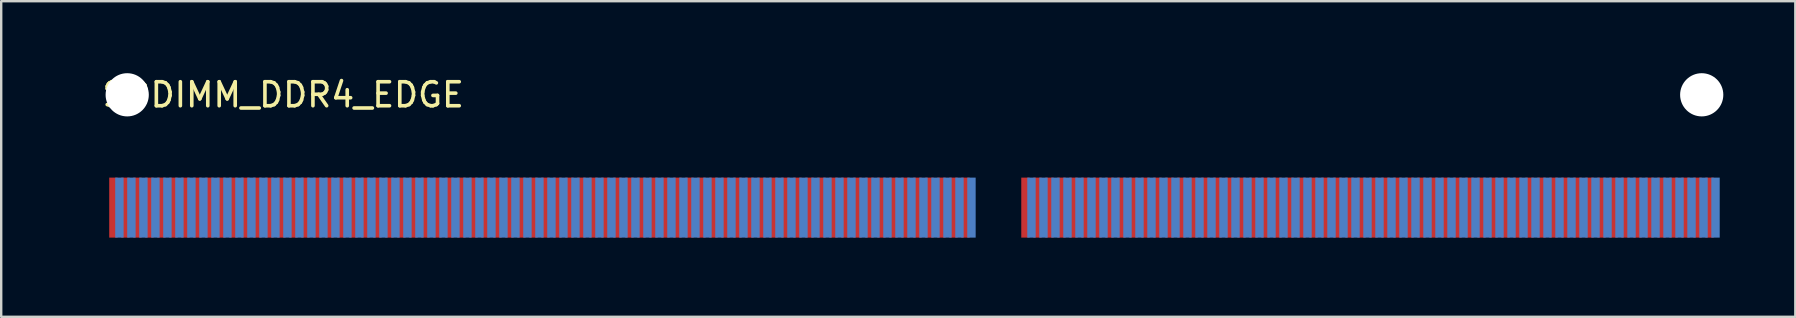
<source format=kicad_pcb>
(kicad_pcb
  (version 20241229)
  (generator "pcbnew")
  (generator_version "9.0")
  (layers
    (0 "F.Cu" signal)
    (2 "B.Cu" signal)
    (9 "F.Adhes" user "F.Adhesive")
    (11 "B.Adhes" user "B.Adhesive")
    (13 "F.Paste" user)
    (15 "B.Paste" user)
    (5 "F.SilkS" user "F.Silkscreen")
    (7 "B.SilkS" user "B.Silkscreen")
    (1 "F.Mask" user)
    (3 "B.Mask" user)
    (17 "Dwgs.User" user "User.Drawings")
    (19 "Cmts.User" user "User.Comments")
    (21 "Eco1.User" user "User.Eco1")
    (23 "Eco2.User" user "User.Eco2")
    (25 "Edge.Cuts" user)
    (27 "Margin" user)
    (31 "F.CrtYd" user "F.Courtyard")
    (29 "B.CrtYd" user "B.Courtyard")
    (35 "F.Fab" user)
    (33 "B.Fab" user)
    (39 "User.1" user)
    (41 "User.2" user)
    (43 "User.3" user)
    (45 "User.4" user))
  (footprint "SODIMM_DDR4_EDGE"
    (layer "F.Cu")
    (at 0.25 6.9)
    (property "Reference" "SODIMM_DDR4_EDGE" (at 8.5 -6 0) (layer "F.SilkS") (effects (font (size 1 1) (thickness 0.15))))
    (attr through_hole)
    (pad "" np_thru_hole circle (at 2 -6) (size 1.8 1.8) (drill 1.8) (layers "*.Cu" "*.Mask"))
    (pad "" np_thru_hole circle (at 67.6 -6) (size 1.8 1.8) (drill 1.8) (layers "*.Cu" "*.Mask"))
    (pad "1" smd rect (at 1.425 -1.3) (size 0.35 2.5) (layers "F.Cu" "F.Mask"))
    (pad "2" smd rect (at 1.675 -1.3) (size 0.35 2.5) (layers "B.Cu" "B.Mask"))
    (pad "3" smd rect (at 1.925 -1.3) (size 0.35 2.5) (layers "F.Cu" "F.Mask"))
    (pad "4" smd rect (at 2.175 -1.3) (size 0.35 2.5) (layers "B.Cu" "B.Mask"))
    (pad "5" smd rect (at 2.425 -1.3) (size 0.35 2.5) (layers "F.Cu" "F.Mask"))
    (pad "6" smd rect (at 2.675 -1.3) (size 0.35 2.5) (layers "B.Cu" "B.Mask"))
    (pad "7" smd rect (at 2.925 -1.3) (size 0.35 2.5) (layers "F.Cu" "F.Mask"))
    (pad "8" smd rect (at 3.175 -1.3) (size 0.35 2.5) (layers "B.Cu" "B.Mask"))
    (pad "9" smd rect (at 3.425 -1.3) (size 0.35 2.5) (layers "F.Cu" "F.Mask"))
    (pad "10" smd rect (at 3.675 -1.3) (size 0.35 2.5) (layers "B.Cu" "B.Mask"))
    (pad "11" smd rect (at 3.925 -1.3) (size 0.35 2.5) (layers "F.Cu" "F.Mask"))
    (pad "12" smd rect (at 4.175 -1.3) (size 0.35 2.5) (layers "B.Cu" "B.Mask"))
    (pad "13" smd rect (at 4.425 -1.3) (size 0.35 2.5) (layers "F.Cu" "F.Mask"))
    (pad "14" smd rect (at 4.675 -1.3) (size 0.35 2.5) (layers "B.Cu" "B.Mask"))
    (pad "15" smd rect (at 4.925 -1.3) (size 0.35 2.5) (layers "F.Cu" "F.Mask"))
    (pad "16" smd rect (at 5.175 -1.3) (size 0.35 2.5) (layers "B.Cu" "B.Mask"))
    (pad "17" smd rect (at 5.425 -1.3) (size 0.35 2.5) (layers "F.Cu" "F.Mask"))
    (pad "18" smd rect (at 5.675 -1.3) (size 0.35 2.5) (layers "B.Cu" "B.Mask"))
    (pad "19" smd rect (at 5.925 -1.3) (size 0.35 2.5) (layers "F.Cu" "F.Mask"))
    (pad "20" smd rect (at 6.175 -1.3) (size 0.35 2.5) (layers "B.Cu" "B.Mask"))
    (pad "21" smd rect (at 6.425 -1.3) (size 0.35 2.5) (layers "F.Cu" "F.Mask"))
    (pad "22" smd rect (at 6.675 -1.3) (size 0.35 2.5) (layers "B.Cu" "B.Mask"))
    (pad "23" smd rect (at 6.925 -1.3) (size 0.35 2.5) (layers "F.Cu" "F.Mask"))
    (pad "24" smd rect (at 7.175 -1.3) (size 0.35 2.5) (layers "B.Cu" "B.Mask"))
    (pad "25" smd rect (at 7.425 -1.3) (size 0.35 2.5) (layers "F.Cu" "F.Mask"))
    (pad "26" smd rect (at 7.675 -1.3) (size 0.35 2.5) (layers "B.Cu" "B.Mask"))
    (pad "27" smd rect (at 7.925 -1.3) (size 0.35 2.5) (layers "F.Cu" "F.Mask"))
    (pad "28" smd rect (at 8.175 -1.3) (size 0.35 2.5) (layers "B.Cu" "B.Mask"))
    (pad "29" smd rect (at 8.425 -1.3) (size 0.35 2.5) (layers "F.Cu" "F.Mask"))
    (pad "30" smd rect (at 8.675 -1.3) (size 0.35 2.5) (layers "B.Cu" "B.Mask"))
    (pad "31" smd rect (at 8.925 -1.3) (size 0.35 2.5) (layers "F.Cu" "F.Mask"))
    (pad "32" smd rect (at 9.175 -1.3) (size 0.35 2.5) (layers "B.Cu" "B.Mask"))
    (pad "33" smd rect (at 9.425 -1.3) (size 0.35 2.5) (layers "F.Cu" "F.Mask"))
    (pad "34" smd rect (at 9.675 -1.3) (size 0.35 2.5) (layers "B.Cu" "B.Mask"))
    (pad "35" smd rect (at 9.925 -1.3) (size 0.35 2.5) (layers "F.Cu" "F.Mask"))
    (pad "36" smd rect (at 10.175 -1.3) (size 0.35 2.5) (layers "B.Cu" "B.Mask"))
    (pad "37" smd rect (at 10.425 -1.3) (size 0.35 2.5) (layers "F.Cu" "F.Mask"))
    (pad "38" smd rect (at 10.675 -1.3) (size 0.35 2.5) (layers "B.Cu" "B.Mask"))
    (pad "39" smd rect (at 10.925 -1.3) (size 0.35 2.5) (layers "F.Cu" "F.Mask"))
    (pad "40" smd rect (at 11.175 -1.3) (size 0.35 2.5) (layers "B.Cu" "B.Mask"))
    (pad "41" smd rect (at 11.425 -1.3) (size 0.35 2.5) (layers "F.Cu" "F.Mask"))
    (pad "42" smd rect (at 11.675 -1.3) (size 0.35 2.5) (layers "B.Cu" "B.Mask"))
    (pad "43" smd rect (at 11.925 -1.3) (size 0.35 2.5) (layers "F.Cu" "F.Mask"))
    (pad "44" smd rect (at 12.175 -1.3) (size 0.35 2.5) (layers "B.Cu" "B.Mask"))
    (pad "45" smd rect (at 12.425 -1.3) (size 0.35 2.5) (layers "F.Cu" "F.Mask"))
    (pad "46" smd rect (at 12.675 -1.3) (size 0.35 2.5) (layers "B.Cu" "B.Mask"))
    (pad "47" smd rect (at 12.925 -1.3) (size 0.35 2.5) (layers "F.Cu" "F.Mask"))
    (pad "48" smd rect (at 13.175 -1.3) (size 0.35 2.5) (layers "B.Cu" "B.Mask"))
    (pad "49" smd rect (at 13.425 -1.3) (size 0.35 2.5) (layers "F.Cu" "F.Mask"))
    (pad "50" smd rect (at 13.675 -1.3) (size 0.35 2.5) (layers "B.Cu" "B.Mask"))
    (pad "51" smd rect (at 13.925 -1.3) (size 0.35 2.5) (layers "F.Cu" "F.Mask"))
    (pad "52" smd rect (at 14.175 -1.3) (size 0.35 2.5) (layers "B.Cu" "B.Mask"))
    (pad "53" smd rect (at 14.425 -1.3) (size 0.35 2.5) (layers "F.Cu" "F.Mask"))
    (pad "54" smd rect (at 14.675 -1.3) (size 0.35 2.5) (layers "B.Cu" "B.Mask"))
    (pad "55" smd rect (at 14.925 -1.3) (size 0.35 2.5) (layers "F.Cu" "F.Mask"))
    (pad "56" smd rect (at 15.175 -1.3) (size 0.35 2.5) (layers "B.Cu" "B.Mask"))
    (pad "57" smd rect (at 15.425 -1.3) (size 0.35 2.5) (layers "F.Cu" "F.Mask"))
    (pad "58" smd rect (at 15.675 -1.3) (size 0.35 2.5) (layers "B.Cu" "B.Mask"))
    (pad "59" smd rect (at 15.925 -1.3) (size 0.35 2.5) (layers "F.Cu" "F.Mask"))
    (pad "60" smd rect (at 16.175 -1.3) (size 0.35 2.5) (layers "B.Cu" "B.Mask"))
    (pad "61" smd rect (at 16.425 -1.3) (size 0.35 2.5) (layers "F.Cu" "F.Mask"))
    (pad "62" smd rect (at 16.675 -1.3) (size 0.35 2.5) (layers "B.Cu" "B.Mask"))
    (pad "63" smd rect (at 16.925 -1.3) (size 0.35 2.5) (layers "F.Cu" "F.Mask"))
    (pad "64" smd rect (at 17.175 -1.3) (size 0.35 2.5) (layers "B.Cu" "B.Mask"))
    (pad "65" smd rect (at 17.425 -1.3) (size 0.35 2.5) (layers "F.Cu" "F.Mask"))
    (pad "66" smd rect (at 17.675 -1.3) (size 0.35 2.5) (layers "B.Cu" "B.Mask"))
    (pad "67" smd rect (at 17.925 -1.3) (size 0.35 2.5) (layers "F.Cu" "F.Mask"))
    (pad "68" smd rect (at 18.175 -1.3) (size 0.35 2.5) (layers "B.Cu" "B.Mask"))
    (pad "69" smd rect (at 18.425 -1.3) (size 0.35 2.5) (layers "F.Cu" "F.Mask"))
    (pad "70" smd rect (at 18.675 -1.3) (size 0.35 2.5) (layers "B.Cu" "B.Mask"))
    (pad "71" smd rect (at 18.925 -1.3) (size 0.35 2.5) (layers "F.Cu" "F.Mask"))
    (pad "72" smd rect (at 19.175 -1.3) (size 0.35 2.5) (layers "B.Cu" "B.Mask"))
    (pad "73" smd rect (at 19.425 -1.3) (size 0.35 2.5) (layers "F.Cu" "F.Mask"))
    (pad "74" smd rect (at 19.675 -1.3) (size 0.35 2.5) (layers "B.Cu" "B.Mask"))
    (pad "75" smd rect (at 19.925 -1.3) (size 0.35 2.5) (layers "F.Cu" "F.Mask"))
    (pad "76" smd rect (at 20.175 -1.3) (size 0.35 2.5) (layers "B.Cu" "B.Mask"))
    (pad "77" smd rect (at 20.425 -1.3) (size 0.35 2.5) (layers "F.Cu" "F.Mask"))
    (pad "78" smd rect (at 20.675 -1.3) (size 0.35 2.5) (layers "B.Cu" "B.Mask"))
    (pad "79" smd rect (at 20.925 -1.3) (size 0.35 2.5) (layers "F.Cu" "F.Mask"))
    (pad "80" smd rect (at 21.175 -1.3) (size 0.35 2.5) (layers "B.Cu" "B.Mask"))
    (pad "81" smd rect (at 21.425 -1.3) (size 0.35 2.5) (layers "F.Cu" "F.Mask"))
    (pad "82" smd rect (at 21.675 -1.3) (size 0.35 2.5) (layers "B.Cu" "B.Mask"))
    (pad "83" smd rect (at 21.925 -1.3) (size 0.35 2.5) (layers "F.Cu" "F.Mask"))
    (pad "84" smd rect (at 22.175 -1.3) (size 0.35 2.5) (layers "B.Cu" "B.Mask"))
    (pad "85" smd rect (at 22.425 -1.3) (size 0.35 2.5) (layers "F.Cu" "F.Mask"))
    (pad "86" smd rect (at 22.675 -1.3) (size 0.35 2.5) (layers "B.Cu" "B.Mask"))
    (pad "87" smd rect (at 22.925 -1.3) (size 0.35 2.5) (layers "F.Cu" "F.Mask"))
    (pad "88" smd rect (at 23.175 -1.3) (size 0.35 2.5) (layers "B.Cu" "B.Mask"))
    (pad "89" smd rect (at 23.425 -1.3) (size 0.35 2.5) (layers "F.Cu" "F.Mask"))
    (pad "90" smd rect (at 23.675 -1.3) (size 0.35 2.5) (layers "B.Cu" "B.Mask"))
    (pad "91" smd rect (at 23.925 -1.3) (size 0.35 2.5) (layers "F.Cu" "F.Mask"))
    (pad "92" smd rect (at 24.175 -1.3) (size 0.35 2.5) (layers "B.Cu" "B.Mask"))
    (pad "93" smd rect (at 24.425 -1.3) (size 0.35 2.5) (layers "F.Cu" "F.Mask"))
    (pad "94" smd rect (at 24.675 -1.3) (size 0.35 2.5) (layers "B.Cu" "B.Mask"))
    (pad "95" smd rect (at 24.925 -1.3) (size 0.35 2.5) (layers "F.Cu" "F.Mask"))
    (pad "96" smd rect (at 25.175 -1.3) (size 0.35 2.5) (layers "B.Cu" "B.Mask"))
    (pad "97" smd rect (at 25.425 -1.3) (size 0.35 2.5) (layers "F.Cu" "F.Mask"))
    (pad "98" smd rect (at 25.675 -1.3) (size 0.35 2.5) (layers "B.Cu" "B.Mask"))
    (pad "99" smd rect (at 25.925 -1.3) (size 0.35 2.5) (layers "F.Cu" "F.Mask"))
    (pad "100" smd rect (at 26.175 -1.3) (size 0.35 2.5) (layers "B.Cu" "B.Mask"))
    (pad "101" smd rect (at 26.425 -1.3) (size 0.35 2.5) (layers "F.Cu" "F.Mask"))
    (pad "102" smd rect (at 26.675 -1.3) (size 0.35 2.5) (layers "B.Cu" "B.Mask"))
    (pad "103" smd rect (at 26.925 -1.3) (size 0.35 2.5) (layers "F.Cu" "F.Mask"))
    (pad "104" smd rect (at 27.175 -1.3) (size 0.35 2.5) (layers "B.Cu" "B.Mask"))
    (pad "105" smd rect (at 27.425 -1.3) (size 0.35 2.5) (layers "F.Cu" "F.Mask"))
    (pad "106" smd rect (at 27.675 -1.3) (size 0.35 2.5) (layers "B.Cu" "B.Mask"))
    (pad "107" smd rect (at 27.925 -1.3) (size 0.35 2.5) (layers "F.Cu" "F.Mask"))
    (pad "108" smd rect (at 28.175 -1.3) (size 0.35 2.5) (layers "B.Cu" "B.Mask"))
    (pad "109" smd rect (at 28.425 -1.3) (size 0.35 2.5) (layers "F.Cu" "F.Mask"))
    (pad "110" smd rect (at 28.675 -1.3) (size 0.35 2.5) (layers "B.Cu" "B.Mask"))
    (pad "111" smd rect (at 28.925 -1.3) (size 0.35 2.5) (layers "F.Cu" "F.Mask"))
    (pad "112" smd rect (at 29.175 -1.3) (size 0.35 2.5) (layers "B.Cu" "B.Mask"))
    (pad "113" smd rect (at 29.425 -1.3) (size 0.35 2.5) (layers "F.Cu" "F.Mask"))
    (pad "114" smd rect (at 29.675 -1.3) (size 0.35 2.5) (layers "B.Cu" "B.Mask"))
    (pad "115" smd rect (at 29.925 -1.3) (size 0.35 2.5) (layers "F.Cu" "F.Mask"))
    (pad "116" smd rect (at 30.175 -1.3) (size 0.35 2.5) (layers "B.Cu" "B.Mask"))
    (pad "117" smd rect (at 30.425 -1.3) (size 0.35 2.5) (layers "F.Cu" "F.Mask"))
    (pad "118" smd rect (at 30.675 -1.3) (size 0.35 2.5) (layers "B.Cu" "B.Mask"))
    (pad "119" smd rect (at 30.925 -1.3) (size 0.35 2.5) (layers "F.Cu" "F.Mask"))
    (pad "120" smd rect (at 31.175 -1.3) (size 0.35 2.5) (layers "B.Cu" "B.Mask"))
    (pad "121" smd rect (at 31.425 -1.3) (size 0.35 2.5) (layers "F.Cu" "F.Mask"))
    (pad "122" smd rect (at 31.675 -1.3) (size 0.35 2.5) (layers "B.Cu" "B.Mask"))
    (pad "123" smd rect (at 31.925 -1.3) (size 0.35 2.5) (layers "F.Cu" "F.Mask"))
    (pad "124" smd rect (at 32.175 -1.3) (size 0.35 2.5) (layers "B.Cu" "B.Mask"))
    (pad "125" smd rect (at 32.425 -1.3) (size 0.35 2.5) (layers "F.Cu" "F.Mask"))
    (pad "126" smd rect (at 32.675 -1.3) (size 0.35 2.5) (layers "B.Cu" "B.Mask"))
    (pad "127" smd rect (at 32.925 -1.3) (size 0.35 2.5) (layers "F.Cu" "F.Mask"))
    (pad "128" smd rect (at 33.175 -1.3) (size 0.35 2.5) (layers "B.Cu" "B.Mask"))
    (pad "129" smd rect (at 33.425 -1.3) (size 0.35 2.5) (layers "F.Cu" "F.Mask"))
    (pad "130" smd rect (at 33.675 -1.3) (size 0.35 2.5) (layers "B.Cu" "B.Mask"))
    (pad "131" smd rect (at 33.925 -1.3) (size 0.35 2.5) (layers "F.Cu" "F.Mask"))
    (pad "132" smd rect (at 34.175 -1.3) (size 0.35 2.5) (layers "B.Cu" "B.Mask"))
    (pad "133" smd rect (at 34.425 -1.3) (size 0.35 2.5) (layers "F.Cu" "F.Mask"))
    (pad "134" smd rect (at 34.675 -1.3) (size 0.35 2.5) (layers "B.Cu" "B.Mask"))
    (pad "135" smd rect (at 34.925 -1.3) (size 0.35 2.5) (layers "F.Cu" "F.Mask"))
    (pad "136" smd rect (at 35.175 -1.3) (size 0.35 2.5) (layers "B.Cu" "B.Mask"))
    (pad "137" smd rect (at 35.425 -1.3) (size 0.35 2.5) (layers "F.Cu" "F.Mask"))
    (pad "138" smd rect (at 35.675 -1.3) (size 0.35 2.5) (layers "B.Cu" "B.Mask"))
    (pad "139" smd rect (at 35.925 -1.3) (size 0.35 2.5) (layers "F.Cu" "F.Mask"))
    (pad "140" smd rect (at 36.175 -1.3) (size 0.35 2.5) (layers "B.Cu" "B.Mask"))
    (pad "141" smd rect (at 36.425 -1.3) (size 0.35 2.5) (layers "F.Cu" "F.Mask"))
    (pad "142" smd rect (at 36.675 -1.3) (size 0.35 2.5) (layers "B.Cu" "B.Mask"))
    (pad "143" smd rect (at 36.925 -1.3) (size 0.35 2.5) (layers "F.Cu" "F.Mask"))
    (pad "144" smd rect (at 37.175 -1.3) (size 0.35 2.5) (layers "B.Cu" "B.Mask"))
    (pad "145" smd rect (at 39.425 -1.3) (size 0.35 2.5) (layers "F.Cu" "F.Mask"))
    (pad "146" smd rect (at 39.675 -1.3) (size 0.35 2.5) (layers "B.Cu" "B.Mask"))
    (pad "147" smd rect (at 39.925 -1.3) (size 0.35 2.5) (layers "F.Cu" "F.Mask"))
    (pad "148" smd rect (at 40.175 -1.3) (size 0.35 2.5) (layers "B.Cu" "B.Mask"))
    (pad "149" smd rect (at 40.425 -1.3) (size 0.35 2.5) (layers "F.Cu" "F.Mask"))
    (pad "150" smd rect (at 40.675 -1.3) (size 0.35 2.5) (layers "B.Cu" "B.Mask"))
    (pad "151" smd rect (at 40.925 -1.3) (size 0.35 2.5) (layers "F.Cu" "F.Mask"))
    (pad "152" smd rect (at 41.175 -1.3) (size 0.35 2.5) (layers "B.Cu" "B.Mask"))
    (pad "153" smd rect (at 41.425 -1.3) (size 0.35 2.5) (layers "F.Cu" "F.Mask"))
    (pad "154" smd rect (at 41.675 -1.3) (size 0.35 2.5) (layers "B.Cu" "B.Mask"))
    (pad "155" smd rect (at 41.925 -1.3) (size 0.35 2.5) (layers "F.Cu" "F.Mask"))
    (pad "156" smd rect (at 42.175 -1.3) (size 0.35 2.5) (layers "B.Cu" "B.Mask"))
    (pad "157" smd rect (at 42.425 -1.3) (size 0.35 2.5) (layers "F.Cu" "F.Mask"))
    (pad "158" smd rect (at 42.675 -1.3) (size 0.35 2.5) (layers "B.Cu" "B.Mask"))
    (pad "159" smd rect (at 42.925 -1.3) (size 0.35 2.5) (layers "F.Cu" "F.Mask"))
    (pad "160" smd rect (at 43.175 -1.3) (size 0.35 2.5) (layers "B.Cu" "B.Mask"))
    (pad "161" smd rect (at 43.425 -1.3) (size 0.35 2.5) (layers "F.Cu" "F.Mask"))
    (pad "162" smd rect (at 43.675 -1.3) (size 0.35 2.5) (layers "B.Cu" "B.Mask"))
    (pad "163" smd rect (at 43.925 -1.3) (size 0.35 2.5) (layers "F.Cu" "F.Mask"))
    (pad "164" smd rect (at 44.175 -1.3) (size 0.35 2.5) (layers "B.Cu" "B.Mask"))
    (pad "165" smd rect (at 44.425 -1.3) (size 0.35 2.5) (layers "F.Cu" "F.Mask"))
    (pad "166" smd rect (at 44.675 -1.3) (size 0.35 2.5) (layers "B.Cu" "B.Mask"))
    (pad "167" smd rect (at 44.925 -1.3) (size 0.35 2.5) (layers "F.Cu" "F.Mask"))
    (pad "168" smd rect (at 45.175 -1.3) (size 0.35 2.5) (layers "B.Cu" "B.Mask"))
    (pad "169" smd rect (at 45.425 -1.3) (size 0.35 2.5) (layers "F.Cu" "F.Mask"))
    (pad "170" smd rect (at 45.675 -1.3) (size 0.35 2.5) (layers "B.Cu" "B.Mask"))
    (pad "171" smd rect (at 45.925 -1.3) (size 0.35 2.5) (layers "F.Cu" "F.Mask"))
    (pad "172" smd rect (at 46.175 -1.3) (size 0.35 2.5) (layers "B.Cu" "B.Mask"))
    (pad "173" smd rect (at 46.425 -1.3) (size 0.35 2.5) (layers "F.Cu" "F.Mask"))
    (pad "174" smd rect (at 46.675 -1.3) (size 0.35 2.5) (layers "B.Cu" "B.Mask"))
    (pad "175" smd rect (at 46.925 -1.3) (size 0.35 2.5) (layers "F.Cu" "F.Mask"))
    (pad "176" smd rect (at 47.175 -1.3) (size 0.35 2.5) (layers "B.Cu" "B.Mask"))
    (pad "177" smd rect (at 47.425 -1.3) (size 0.35 2.5) (layers "F.Cu" "F.Mask"))
    (pad "178" smd rect (at 47.675 -1.3) (size 0.35 2.5) (layers "B.Cu" "B.Mask"))
    (pad "179" smd rect (at 47.925 -1.3) (size 0.35 2.5) (layers "F.Cu" "F.Mask"))
    (pad "180" smd rect (at 48.175 -1.3) (size 0.35 2.5) (layers "B.Cu" "B.Mask"))
    (pad "181" smd rect (at 48.425 -1.3) (size 0.35 2.5) (layers "F.Cu" "F.Mask"))
    (pad "182" smd rect (at 48.675 -1.3) (size 0.35 2.5) (layers "B.Cu" "B.Mask"))
    (pad "183" smd rect (at 48.925 -1.3) (size 0.35 2.5) (layers "F.Cu" "F.Mask"))
    (pad "184" smd rect (at 49.175 -1.3) (size 0.35 2.5) (layers "B.Cu" "B.Mask"))
    (pad "185" smd rect (at 49.425 -1.3) (size 0.35 2.5) (layers "F.Cu" "F.Mask"))
    (pad "186" smd rect (at 49.675 -1.3) (size 0.35 2.5) (layers "B.Cu" "B.Mask"))
    (pad "187" smd rect (at 49.925 -1.3) (size 0.35 2.5) (layers "F.Cu" "F.Mask"))
    (pad "188" smd rect (at 50.175 -1.3) (size 0.35 2.5) (layers "B.Cu" "B.Mask"))
    (pad "189" smd rect (at 50.425 -1.3) (size 0.35 2.5) (layers "F.Cu" "F.Mask"))
    (pad "190" smd rect (at 50.675 -1.3) (size 0.35 2.5) (layers "B.Cu" "B.Mask"))
    (pad "191" smd rect (at 50.925 -1.3) (size 0.35 2.5) (layers "F.Cu" "F.Mask"))
    (pad "192" smd rect (at 51.175 -1.3) (size 0.35 2.5) (layers "B.Cu" "B.Mask"))
    (pad "193" smd rect (at 51.425 -1.3) (size 0.35 2.5) (layers "F.Cu" "F.Mask"))
    (pad "194" smd rect (at 51.675 -1.3) (size 0.35 2.5) (layers "B.Cu" "B.Mask"))
    (pad "195" smd rect (at 51.925 -1.3) (size 0.35 2.5) (layers "F.Cu" "F.Mask"))
    (pad "196" smd rect (at 52.175 -1.3) (size 0.35 2.5) (layers "B.Cu" "B.Mask"))
    (pad "197" smd rect (at 52.425 -1.3) (size 0.35 2.5) (layers "F.Cu" "F.Mask"))
    (pad "198" smd rect (at 52.675 -1.3) (size 0.35 2.5) (layers "B.Cu" "B.Mask"))
    (pad "199" smd rect (at 52.925 -1.3) (size 0.35 2.5) (layers "F.Cu" "F.Mask"))
    (pad "200" smd rect (at 53.175 -1.3) (size 0.35 2.5) (layers "B.Cu" "B.Mask"))
    (pad "201" smd rect (at 53.425 -1.3) (size 0.35 2.5) (layers "F.Cu" "F.Mask"))
    (pad "202" smd rect (at 53.675 -1.3) (size 0.35 2.5) (layers "B.Cu" "B.Mask"))
    (pad "203" smd rect (at 53.925 -1.3) (size 0.35 2.5) (layers "F.Cu" "F.Mask"))
    (pad "204" smd rect (at 54.175 -1.3) (size 0.35 2.5) (layers "B.Cu" "B.Mask"))
    (pad "205" smd rect (at 54.425 -1.3) (size 0.35 2.5) (layers "F.Cu" "F.Mask"))
    (pad "206" smd rect (at 54.675 -1.3) (size 0.35 2.5) (layers "B.Cu" "B.Mask"))
    (pad "207" smd rect (at 54.925 -1.3) (size 0.35 2.5) (layers "F.Cu" "F.Mask"))
    (pad "208" smd rect (at 55.175 -1.3) (size 0.35 2.5) (layers "B.Cu" "B.Mask"))
    (pad "209" smd rect (at 55.425 -1.3) (size 0.35 2.5) (layers "F.Cu" "F.Mask"))
    (pad "210" smd rect (at 55.675 -1.3) (size 0.35 2.5) (layers "B.Cu" "B.Mask"))
    (pad "211" smd rect (at 55.925 -1.3) (size 0.35 2.5) (layers "F.Cu" "F.Mask"))
    (pad "212" smd rect (at 56.175 -1.3) (size 0.35 2.5) (layers "B.Cu" "B.Mask"))
    (pad "213" smd rect (at 56.425 -1.3) (size 0.35 2.5) (layers "F.Cu" "F.Mask"))
    (pad "214" smd rect (at 56.675 -1.3) (size 0.35 2.5) (layers "B.Cu" "B.Mask"))
    (pad "215" smd rect (at 56.925 -1.3) (size 0.35 2.5) (layers "F.Cu" "F.Mask"))
    (pad "216" smd rect (at 57.175 -1.3) (size 0.35 2.5) (layers "B.Cu" "B.Mask"))
    (pad "217" smd rect (at 57.425 -1.3) (size 0.35 2.5) (layers "F.Cu" "F.Mask"))
    (pad "218" smd rect (at 57.675 -1.3) (size 0.35 2.5) (layers "B.Cu" "B.Mask"))
    (pad "219" smd rect (at 57.925 -1.3) (size 0.35 2.5) (layers "F.Cu" "F.Mask"))
    (pad "220" smd rect (at 58.175 -1.3) (size 0.35 2.5) (layers "B.Cu" "B.Mask"))
    (pad "221" smd rect (at 58.425 -1.3) (size 0.35 2.5) (layers "F.Cu" "F.Mask"))
    (pad "222" smd rect (at 58.675 -1.3) (size 0.35 2.5) (layers "B.Cu" "B.Mask"))
    (pad "223" smd rect (at 58.925 -1.3) (size 0.35 2.5) (layers "F.Cu" "F.Mask"))
    (pad "224" smd rect (at 59.175 -1.3) (size 0.35 2.5) (layers "B.Cu" "B.Mask"))
    (pad "225" smd rect (at 59.425 -1.3) (size 0.35 2.5) (layers "F.Cu" "F.Mask"))
    (pad "226" smd rect (at 59.675 -1.3) (size 0.35 2.5) (layers "B.Cu" "B.Mask"))
    (pad "227" smd rect (at 59.925 -1.3) (size 0.35 2.5) (layers "F.Cu" "F.Mask"))
    (pad "228" smd rect (at 60.175 -1.3) (size 0.35 2.5) (layers "B.Cu" "B.Mask"))
    (pad "229" smd rect (at 60.425 -1.3) (size 0.35 2.5) (layers "F.Cu" "F.Mask"))
    (pad "230" smd rect (at 60.675 -1.3) (size 0.35 2.5) (layers "B.Cu" "B.Mask"))
    (pad "231" smd rect (at 60.925 -1.3) (size 0.35 2.5) (layers "F.Cu" "F.Mask"))
    (pad "232" smd rect (at 61.175 -1.3) (size 0.35 2.5) (layers "B.Cu" "B.Mask"))
    (pad "233" smd rect (at 61.425 -1.3) (size 0.35 2.5) (layers "F.Cu" "F.Mask"))
    (pad "234" smd rect (at 61.675 -1.3) (size 0.35 2.5) (layers "B.Cu" "B.Mask"))
    (pad "235" smd rect (at 61.925 -1.3) (size 0.35 2.5) (layers "F.Cu" "F.Mask"))
    (pad "236" smd rect (at 62.175 -1.3) (size 0.35 2.5) (layers "B.Cu" "B.Mask"))
    (pad "237" smd rect (at 62.425 -1.3) (size 0.35 2.5) (layers "F.Cu" "F.Mask"))
    (pad "238" smd rect (at 62.675 -1.3) (size 0.35 2.5) (layers "B.Cu" "B.Mask"))
    (pad "239" smd rect (at 62.925 -1.3) (size 0.35 2.5) (layers "F.Cu" "F.Mask"))
    (pad "240" smd rect (at 63.175 -1.3) (size 0.35 2.5) (layers "B.Cu" "B.Mask"))
    (pad "241" smd rect (at 63.425 -1.3) (size 0.35 2.5) (layers "F.Cu" "F.Mask"))
    (pad "242" smd rect (at 63.675 -1.3) (size 0.35 2.5) (layers "B.Cu" "B.Mask"))
    (pad "243" smd rect (at 63.925 -1.3) (size 0.35 2.5) (layers "F.Cu" "F.Mask"))
    (pad "244" smd rect (at 64.175 -1.3) (size 0.35 2.5) (layers "B.Cu" "B.Mask"))
    (pad "245" smd rect (at 64.425 -1.3) (size 0.35 2.5) (layers "F.Cu" "F.Mask"))
    (pad "246" smd rect (at 64.675 -1.3) (size 0.35 2.5) (layers "B.Cu" "B.Mask"))
    (pad "247" smd rect (at 64.925 -1.3) (size 0.35 2.5) (layers "F.Cu" "F.Mask"))
    (pad "248" smd rect (at 65.175 -1.3) (size 0.35 2.5) (layers "B.Cu" "B.Mask"))
    (pad "249" smd rect (at 65.425 -1.3) (size 0.35 2.5) (layers "F.Cu" "F.Mask"))
    (pad "250" smd rect (at 65.675 -1.3) (size 0.35 2.5) (layers "B.Cu" "B.Mask"))
    (pad "251" smd rect (at 65.925 -1.3) (size 0.35 2.5) (layers "F.Cu" "F.Mask"))
    (pad "252" smd rect (at 66.175 -1.3) (size 0.35 2.5) (layers "B.Cu" "B.Mask"))
    (pad "253" smd rect (at 66.425 -1.3) (size 0.35 2.5) (layers "F.Cu" "F.Mask"))
    (pad "254" smd rect (at 66.675 -1.3) (size 0.35 2.5) (layers "B.Cu" "B.Mask"))
    (pad "255" smd rect (at 66.925 -1.3) (size 0.35 2.5) (layers "F.Cu" "F.Mask"))
    (pad "256" smd rect (at 67.175 -1.3) (size 0.35 2.5) (layers "B.Cu" "B.Mask"))
    (pad "257" smd rect (at 67.425 -1.3) (size 0.35 2.5) (layers "F.Cu" "F.Mask"))
    (pad "258" smd rect (at 67.675 -1.3) (size 0.35 2.5) (layers "B.Cu" "B.Mask"))
    (pad "259" smd rect (at 67.925 -1.3) (size 0.35 2.5) (layers "F.Cu" "F.Mask"))
    (pad "260" smd rect (at 68.175 -1.3) (size 0.35 2.5) (layers "B.Cu" "B.Mask")))
  (gr_rect
    (start -3 -3)
    (end 71.75 10.15)
    (stroke (width 0.1) (type default))
    (fill no)
    (layer "Edge.Cuts")))
</source>
